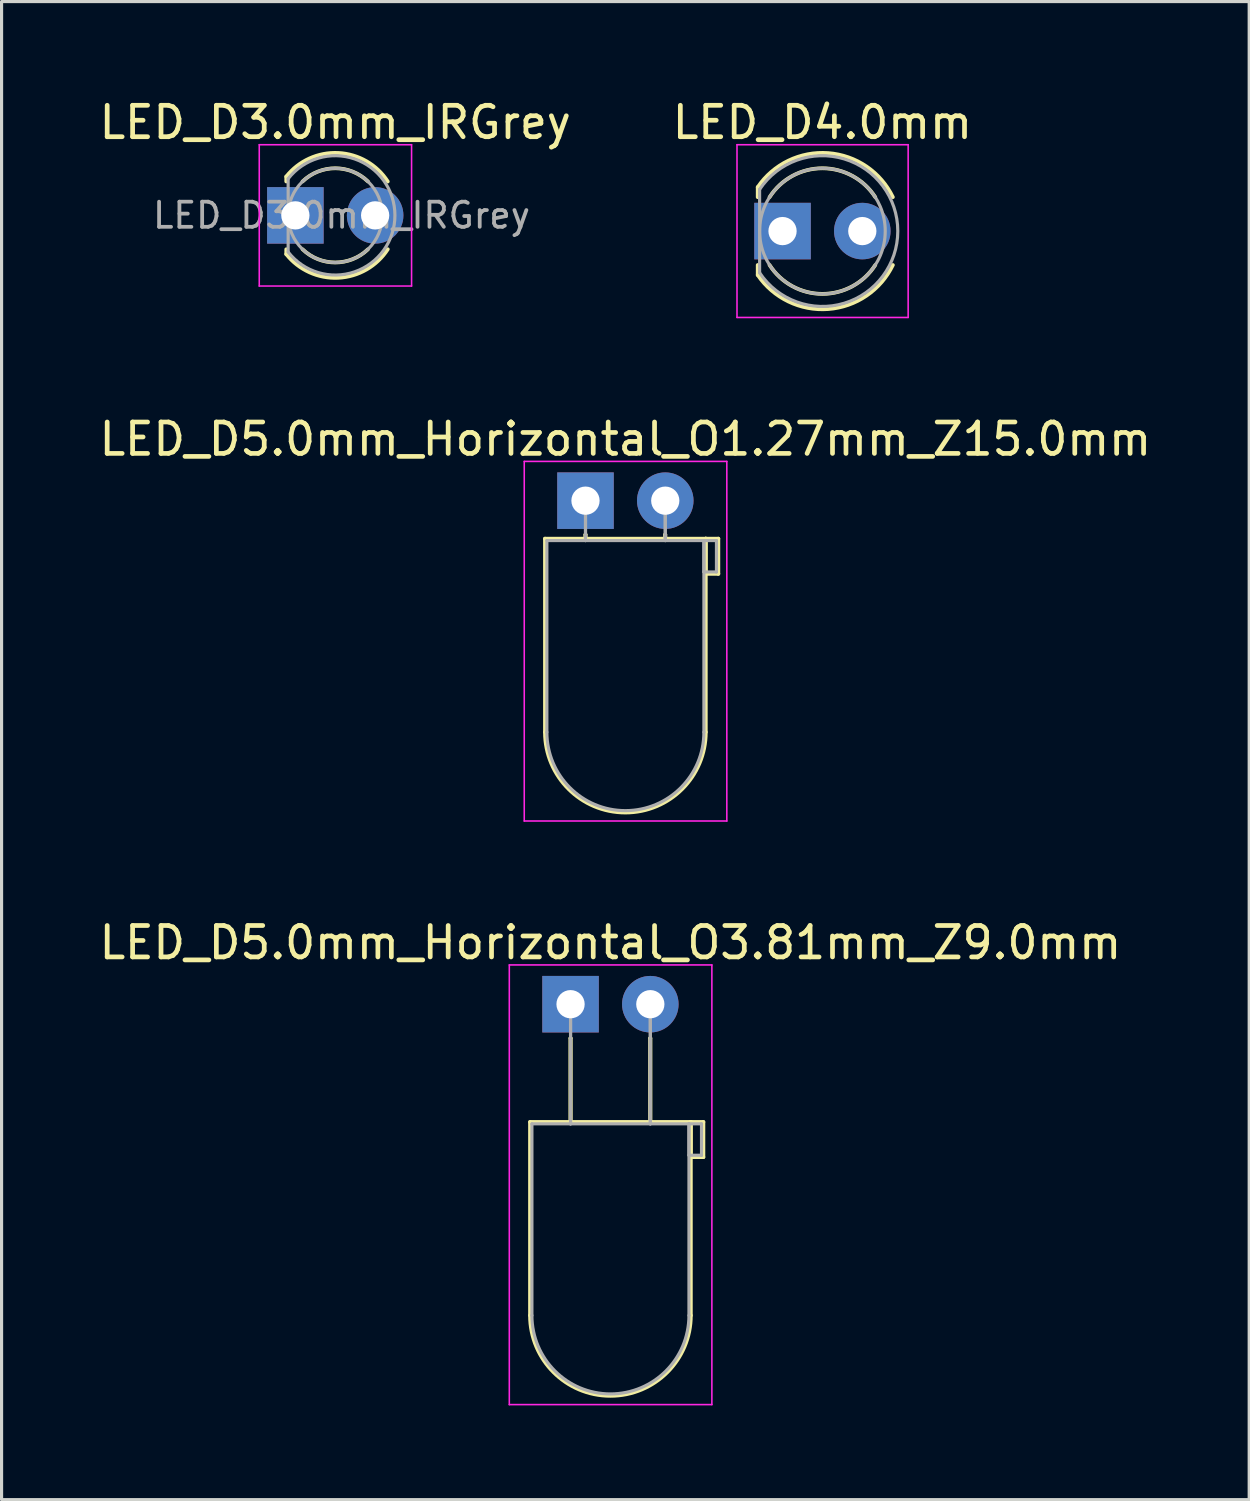
<source format=kicad_pcb>
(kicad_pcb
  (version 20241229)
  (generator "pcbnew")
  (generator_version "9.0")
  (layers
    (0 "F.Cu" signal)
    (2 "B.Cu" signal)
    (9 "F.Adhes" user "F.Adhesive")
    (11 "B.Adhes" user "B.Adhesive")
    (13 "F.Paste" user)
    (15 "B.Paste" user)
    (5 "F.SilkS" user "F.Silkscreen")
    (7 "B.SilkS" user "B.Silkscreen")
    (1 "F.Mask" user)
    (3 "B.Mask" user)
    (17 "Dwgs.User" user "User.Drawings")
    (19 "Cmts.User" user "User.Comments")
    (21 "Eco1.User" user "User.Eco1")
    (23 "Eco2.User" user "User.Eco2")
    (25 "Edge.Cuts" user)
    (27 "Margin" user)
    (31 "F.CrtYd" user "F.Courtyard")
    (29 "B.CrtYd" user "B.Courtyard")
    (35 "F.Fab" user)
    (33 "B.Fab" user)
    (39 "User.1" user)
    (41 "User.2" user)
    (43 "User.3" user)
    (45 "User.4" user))
  (footprint "LED_D5.0mm_Horizontal_O3.81mm_Z9.0mm"
    (layer "F.Cu")
    (at 15.117 28.925)
    (property "Reference" "LED_D5.0mm_Horizontal_O3.81mm_Z9.0mm" (at 1.27 -1.96 0) (layer "F.SilkS") (effects (font (size 1 1) (thickness 0.15))))
    (attr through_hole)
    (fp_line (start -1.29 3.75) (end -1.29 9.91) (stroke (width 0.12) (type solid)) (layer "F.SilkS"))
    (fp_line (start -1.29 3.75) (end 3.83 3.75) (stroke (width 0.12) (type solid)) (layer "F.SilkS"))
    (fp_line (start 0 1.08) (end 0 1.08) (stroke (width 0.12) (type solid)) (layer "F.SilkS"))
    (fp_line (start 0 1.08) (end 0 3.75) (stroke (width 0.12) (type solid)) (layer "F.SilkS"))
    (fp_line (start 0 3.75) (end 0 1.08) (stroke (width 0.12) (type solid)) (layer "F.SilkS"))
    (fp_line (start 0 3.75) (end 0 3.75) (stroke (width 0.12) (type solid)) (layer "F.SilkS"))
    (fp_line (start 2.54 1.08) (end 2.54 1.08) (stroke (width 0.12) (type solid)) (layer "F.SilkS"))
    (fp_line (start 2.54 1.08) (end 2.54 3.75) (stroke (width 0.12) (type solid)) (layer "F.SilkS"))
    (fp_line (start 2.54 3.75) (end 2.54 1.08) (stroke (width 0.12) (type solid)) (layer "F.SilkS"))
    (fp_line (start 2.54 3.75) (end 2.54 3.75) (stroke (width 0.12) (type solid)) (layer "F.SilkS"))
    (fp_line (start 3.83 3.75) (end 3.83 9.91) (stroke (width 0.12) (type solid)) (layer "F.SilkS"))
    (fp_line (start 3.83 3.75) (end 4.23 3.75) (stroke (width 0.12) (type solid)) (layer "F.SilkS"))
    (fp_line (start 3.83 4.87) (end 3.83 3.75) (stroke (width 0.12) (type solid)) (layer "F.SilkS"))
    (fp_line (start 4.23 3.75) (end 4.23 4.87) (stroke (width 0.12) (type solid)) (layer "F.SilkS"))
    (fp_line (start 4.23 4.87) (end 3.83 4.87) (stroke (width 0.12) (type solid)) (layer "F.SilkS"))
    (fp_arc (start 3.83 9.91) (mid 1.27 12.47) (end -1.29 9.91) (stroke (width 0.12) (type solid)) (layer "F.SilkS"))
    (fp_line (start -1.95 -1.25) (end -1.95 12.75) (stroke (width 0.05) (type solid)) (layer "F.CrtYd"))
    (fp_line (start -1.95 12.75) (end 4.5 12.75) (stroke (width 0.05) (type solid)) (layer "F.CrtYd"))
    (fp_line (start 4.5 -1.25) (end -1.95 -1.25) (stroke (width 0.05) (type solid)) (layer "F.CrtYd"))
    (fp_line (start 4.5 12.75) (end 4.5 -1.25) (stroke (width 0.05) (type solid)) (layer "F.CrtYd"))
    (fp_line (start -1.23 3.81) (end -1.23 9.91) (stroke (width 0.1) (type solid)) (layer "F.Fab"))
    (fp_line (start -1.23 3.81) (end 3.77 3.81) (stroke (width 0.1) (type solid)) (layer "F.Fab"))
    (fp_line (start 0 0) (end 0 0) (stroke (width 0.1) (type solid)) (layer "F.Fab"))
    (fp_line (start 0 0) (end 0 3.81) (stroke (width 0.1) (type solid)) (layer "F.Fab"))
    (fp_line (start 0 3.81) (end 0 0) (stroke (width 0.1) (type solid)) (layer "F.Fab"))
    (fp_line (start 0 3.81) (end 0 3.81) (stroke (width 0.1) (type solid)) (layer "F.Fab"))
    (fp_line (start 2.54 0) (end 2.54 0) (stroke (width 0.1) (type solid)) (layer "F.Fab"))
    (fp_line (start 2.54 0) (end 2.54 3.81) (stroke (width 0.1) (type solid)) (layer "F.Fab"))
    (fp_line (start 2.54 3.81) (end 2.54 0) (stroke (width 0.1) (type solid)) (layer "F.Fab"))
    (fp_line (start 2.54 3.81) (end 2.54 3.81) (stroke (width 0.1) (type solid)) (layer "F.Fab"))
    (fp_line (start 3.77 3.81) (end 3.77 9.91) (stroke (width 0.1) (type solid)) (layer "F.Fab"))
    (fp_line (start 3.77 3.81) (end 4.17 3.81) (stroke (width 0.1) (type solid)) (layer "F.Fab"))
    (fp_line (start 3.77 4.81) (end 3.77 3.81) (stroke (width 0.1) (type solid)) (layer "F.Fab"))
    (fp_line (start 4.17 3.81) (end 4.17 4.81) (stroke (width 0.1) (type solid)) (layer "F.Fab"))
    (fp_line (start 4.17 4.81) (end 3.77 4.81) (stroke (width 0.1) (type solid)) (layer "F.Fab"))
    (fp_arc (start 3.77 9.91) (mid 1.27 12.41) (end -1.23 9.91) (stroke (width 0.1) (type solid)) (layer "F.Fab"))
    (pad "1" thru_hole rect (at 0 0) (size 1.8 1.8) (drill 0.9) (layers "*.Cu" "*.Mask"))
    (pad "2" thru_hole circle (at 2.54 0) (size 1.8 1.8) (drill 0.9) (layers "*.Cu" "*.Mask")))
  (footprint "LED_D4.0mm"
    (layer "F.Cu")
    (at 21.867 4.308)
    (property "Reference" "LED_D4.0mm" (at 1.27 -3.46 0) (layer "F.SilkS") (effects (font (size 1 1) (thickness 0.15))))
    (attr through_hole)
    (fp_line (start -0.79 -1.399) (end -0.79 -1.08) (stroke (width 0.12) (type solid)) (layer "F.SilkS"))
    (fp_line (start -0.79 1.08) (end -0.79 1.399) (stroke (width 0.12) (type solid)) (layer "F.SilkS"))
    (fp_arc (start -0.79 -1.398749) (mid 1.453519 -2.483228) (end 3.513242 -1.080724) (stroke (width 0.12) (type solid)) (layer "F.SilkS"))
    (fp_arc (start -0.41333 -1.08) (mid 1.269429 -2) (end 2.952713 -1.080961) (stroke (width 0.12) (type solid)) (layer "F.SilkS"))
    (fp_arc (start 2.952713 1.080961) (mid 1.269429 2) (end -0.41333 1.08) (stroke (width 0.12) (type solid)) (layer "F.SilkS"))
    (fp_arc (start 3.513242 1.080724) (mid 1.453519 2.483228) (end -0.79 1.398749) (stroke (width 0.12) (type solid)) (layer "F.SilkS"))
    (fp_line (start -1.45 -2.75) (end -1.45 2.75) (stroke (width 0.05) (type solid)) (layer "F.CrtYd"))
    (fp_line (start -1.45 2.75) (end 4 2.75) (stroke (width 0.05) (type solid)) (layer "F.CrtYd"))
    (fp_line (start 4 -2.75) (end -1.45 -2.75) (stroke (width 0.05) (type solid)) (layer "F.CrtYd"))
    (fp_line (start 4 2.75) (end 4 -2.75) (stroke (width 0.05) (type solid)) (layer "F.CrtYd"))
    (fp_line (start -0.73 -1.327) (end -0.73 1.327) (stroke (width 0.1) (type solid)) (layer "F.Fab"))
    (fp_arc (start -0.73 -1.32665) (mid 3.67 0.000306) (end -0.730339 1.32614) (stroke (width 0.1) (type solid)) (layer "F.Fab"))
    (fp_circle (center 1.27 0) (end 3.27 0) (stroke (width 0.1) (type solid)) (fill no) (layer "F.Fab"))
    (pad "1" thru_hole rect (at 0 0) (size 1.8 1.8) (drill 0.9) (layers "*.Cu" "*.Mask"))
    (pad "2" thru_hole circle (at 2.54 0) (size 1.8 1.8) (drill 0.9) (layers "*.Cu" "*.Mask")))
  (footprint "LED_D3.0mm_IRGrey"
    (layer "F.Cu")
    (at 6.355 3.808)
    (property "Reference" "LED_D3.0mm_IRGrey" (at 1.27 -2.96 0) (layer "F.SilkS") (effects (font (size 1 1) (thickness 0.15))))
    (attr through_hole)
    (fp_line (start -0.29 -1.236) (end -0.29 -1.08) (stroke (width 0.12) (type solid)) (layer "F.SilkS"))
    (fp_line (start -0.29 1.08) (end -0.29 1.236) (stroke (width 0.12) (type solid)) (layer "F.SilkS"))
    (fp_arc (start -0.29 -1.235516) (mid 1.366487 -1.987659) (end 2.942335 -1.078608) (stroke (width 0.12) (type solid)) (layer "F.SilkS"))
    (fp_arc (start 0.229039 -1.08) (mid 1.270117 -1.5) (end 2.31113 -1.079837) (stroke (width 0.12) (type solid)) (layer "F.SilkS"))
    (fp_arc (start 2.31113 1.079837) (mid 1.270117 1.5) (end 0.229039 1.08) (stroke (width 0.12) (type solid)) (layer "F.SilkS"))
    (fp_arc (start 2.942335 1.078608) (mid 1.366487 1.987659) (end -0.29 1.235516) (stroke (width 0.12) (type solid)) (layer "F.SilkS"))
    (fp_line (start -1.15 -2.25) (end -1.15 2.25) (stroke (width 0.05) (type solid)) (layer "F.CrtYd"))
    (fp_line (start -1.15 2.25) (end 3.7 2.25) (stroke (width 0.05) (type solid)) (layer "F.CrtYd"))
    (fp_line (start 3.7 -2.25) (end -1.15 -2.25) (stroke (width 0.05) (type solid)) (layer "F.CrtYd"))
    (fp_line (start 3.7 2.25) (end 3.7 -2.25) (stroke (width 0.05) (type solid)) (layer "F.CrtYd"))
    (fp_line (start -0.23 -1.166) (end -0.23 1.166) (stroke (width 0.1) (type solid)) (layer "F.Fab"))
    (fp_arc (start -0.23 -1.16619) (mid 3.17 0.000452) (end -0.230555 1.165476) (stroke (width 0.1) (type solid)) (layer "F.Fab"))
    (fp_circle (center 1.27 0) (end 2.77 0) (stroke (width 0.1) (type solid)) (fill no) (layer "F.Fab"))
    (fp_text user "${REFERENCE}" (at 1.47 0 0) (layer "F.Fab") (effects (font (size 0.8 0.8) (thickness 0.12))))
    (pad "1" thru_hole rect (at 0 0) (size 1.8 1.8) (drill 0.9) (layers "*.Cu" "*.Mask"))
    (pad "2" thru_hole circle (at 2.54 0) (size 1.8 1.8) (drill 0.9) (layers "*.Cu" "*.Mask")))
  (footprint "LED_D5.0mm_Horizontal_O1.27mm_Z15.0mm"
    (layer "F.Cu")
    (at 15.593 12.892)
    (property "Reference" "LED_D5.0mm_Horizontal_O1.27mm_Z15.0mm" (at 1.27 -1.96 0) (layer "F.SilkS") (effects (font (size 1 1) (thickness 0.15))))
    (attr through_hole)
    (fp_line (start -1.29 1.21) (end -1.29 7.37) (stroke (width 0.12) (type solid)) (layer "F.SilkS"))
    (fp_line (start -1.29 1.21) (end 3.83 1.21) (stroke (width 0.12) (type solid)) (layer "F.SilkS"))
    (fp_line (start 0 1.08) (end 0 1.08) (stroke (width 0.12) (type solid)) (layer "F.SilkS"))
    (fp_line (start 0 1.08) (end 0 1.21) (stroke (width 0.12) (type solid)) (layer "F.SilkS"))
    (fp_line (start 0 1.21) (end 0 1.08) (stroke (width 0.12) (type solid)) (layer "F.SilkS"))
    (fp_line (start 0 1.21) (end 0 1.21) (stroke (width 0.12) (type solid)) (layer "F.SilkS"))
    (fp_line (start 2.54 1.08) (end 2.54 1.08) (stroke (width 0.12) (type solid)) (layer "F.SilkS"))
    (fp_line (start 2.54 1.08) (end 2.54 1.21) (stroke (width 0.12) (type solid)) (layer "F.SilkS"))
    (fp_line (start 2.54 1.21) (end 2.54 1.08) (stroke (width 0.12) (type solid)) (layer "F.SilkS"))
    (fp_line (start 2.54 1.21) (end 2.54 1.21) (stroke (width 0.12) (type solid)) (layer "F.SilkS"))
    (fp_line (start 3.83 1.21) (end 3.83 7.37) (stroke (width 0.12) (type solid)) (layer "F.SilkS"))
    (fp_line (start 3.83 1.21) (end 4.23 1.21) (stroke (width 0.12) (type solid)) (layer "F.SilkS"))
    (fp_line (start 3.83 2.33) (end 3.83 1.21) (stroke (width 0.12) (type solid)) (layer "F.SilkS"))
    (fp_line (start 4.23 1.21) (end 4.23 2.33) (stroke (width 0.12) (type solid)) (layer "F.SilkS"))
    (fp_line (start 4.23 2.33) (end 3.83 2.33) (stroke (width 0.12) (type solid)) (layer "F.SilkS"))
    (fp_arc (start 3.83 7.37) (mid 1.27 9.93) (end -1.29 7.37) (stroke (width 0.12) (type solid)) (layer "F.SilkS"))
    (fp_line (start -1.95 -1.25) (end -1.95 10.2) (stroke (width 0.05) (type solid)) (layer "F.CrtYd"))
    (fp_line (start -1.95 10.2) (end 4.5 10.2) (stroke (width 0.05) (type solid)) (layer "F.CrtYd"))
    (fp_line (start 4.5 -1.25) (end -1.95 -1.25) (stroke (width 0.05) (type solid)) (layer "F.CrtYd"))
    (fp_line (start 4.5 10.2) (end 4.5 -1.25) (stroke (width 0.05) (type solid)) (layer "F.CrtYd"))
    (fp_line (start -1.23 1.27) (end -1.23 7.37) (stroke (width 0.1) (type solid)) (layer "F.Fab"))
    (fp_line (start -1.23 1.27) (end 3.77 1.27) (stroke (width 0.1) (type solid)) (layer "F.Fab"))
    (fp_line (start 0 0) (end 0 0) (stroke (width 0.1) (type solid)) (layer "F.Fab"))
    (fp_line (start 0 0) (end 0 1.27) (stroke (width 0.1) (type solid)) (layer "F.Fab"))
    (fp_line (start 0 1.27) (end 0 0) (stroke (width 0.1) (type solid)) (layer "F.Fab"))
    (fp_line (start 0 1.27) (end 0 1.27) (stroke (width 0.1) (type solid)) (layer "F.Fab"))
    (fp_line (start 2.54 0) (end 2.54 0) (stroke (width 0.1) (type solid)) (layer "F.Fab"))
    (fp_line (start 2.54 0) (end 2.54 1.27) (stroke (width 0.1) (type solid)) (layer "F.Fab"))
    (fp_line (start 2.54 1.27) (end 2.54 0) (stroke (width 0.1) (type solid)) (layer "F.Fab"))
    (fp_line (start 2.54 1.27) (end 2.54 1.27) (stroke (width 0.1) (type solid)) (layer "F.Fab"))
    (fp_line (start 3.77 1.27) (end 3.77 7.37) (stroke (width 0.1) (type solid)) (layer "F.Fab"))
    (fp_line (start 3.77 1.27) (end 4.17 1.27) (stroke (width 0.1) (type solid)) (layer "F.Fab"))
    (fp_line (start 3.77 2.27) (end 3.77 1.27) (stroke (width 0.1) (type solid)) (layer "F.Fab"))
    (fp_line (start 4.17 1.27) (end 4.17 2.27) (stroke (width 0.1) (type solid)) (layer "F.Fab"))
    (fp_line (start 4.17 2.27) (end 3.77 2.27) (stroke (width 0.1) (type solid)) (layer "F.Fab"))
    (fp_arc (start 3.77 7.37) (mid 1.27 9.87) (end -1.23 7.37) (stroke (width 0.1) (type solid)) (layer "F.Fab"))
    (pad "1" thru_hole rect (at 0 0) (size 1.8 1.8) (drill 0.9) (layers "*.Cu" "*.Mask"))
    (pad "2" thru_hole circle (at 2.54 0) (size 1.8 1.8) (drill 0.9) (layers "*.Cu" "*.Mask")))
  (gr_rect
    (start -3 -3)
    (end 36.726 44.7)
    (stroke (width 0.1) (type default))
    (fill no)
    (layer "Edge.Cuts")))
</source>
